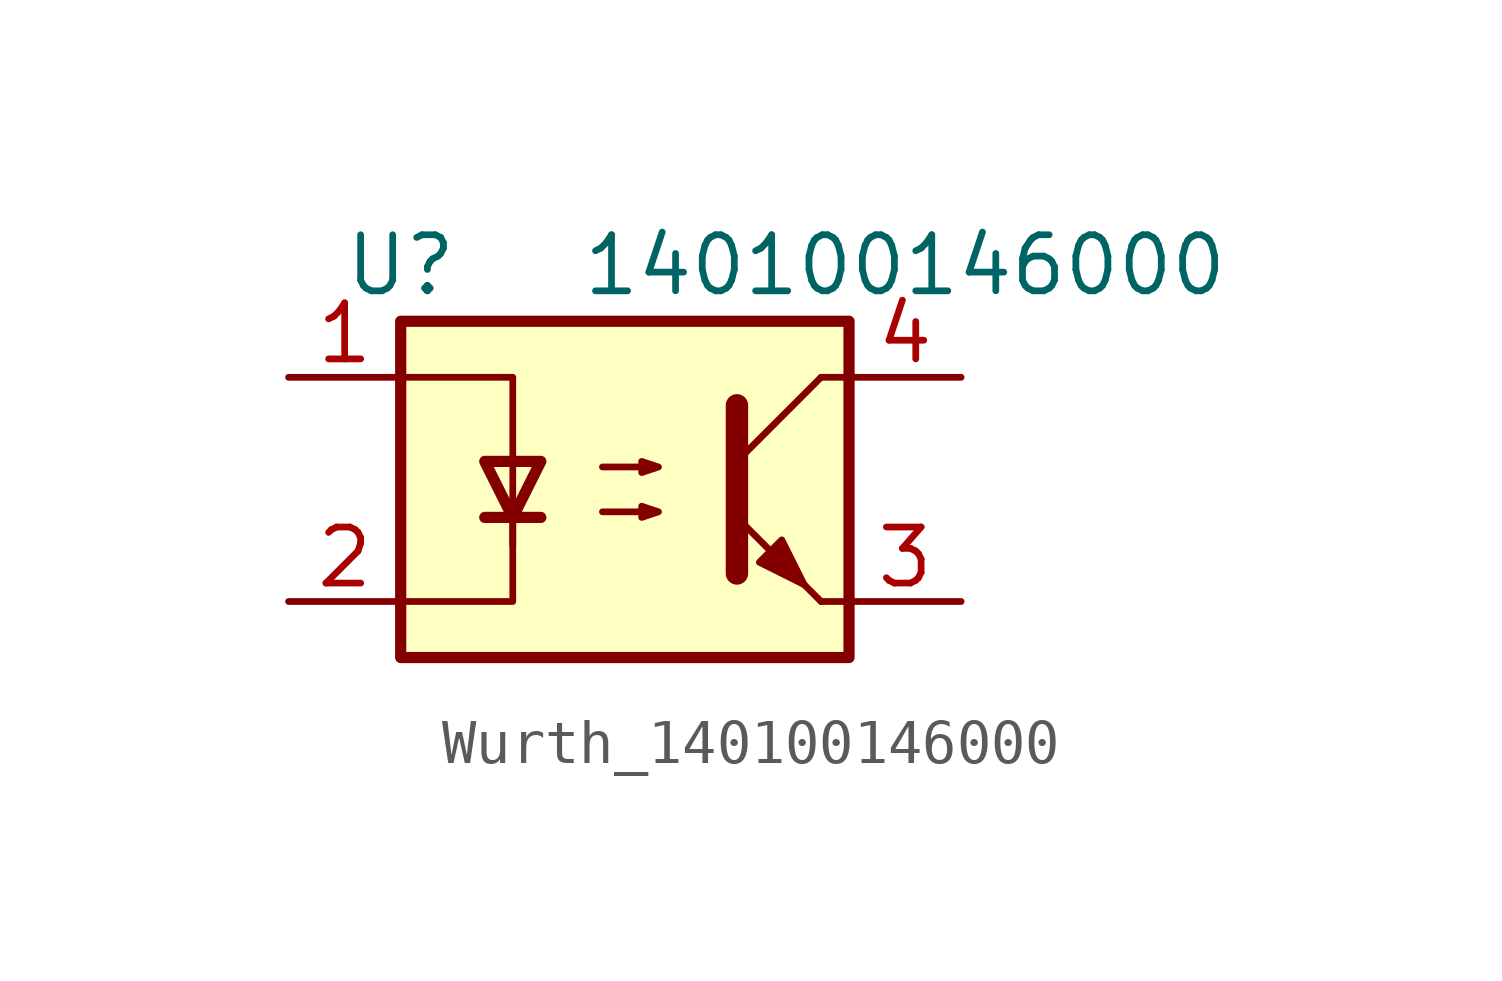
<source format=kicad_sym>
(kicad_symbol_lib
  (version 20220914)
  (generator kicad_symbol_editor)
  (symbol "Wurth_140100146000"
    (property "Reference" "U"
      (at -5.08 5.08 0)
      (effects (font (size 1.27 1.27))))
    (property "Value" "140100146000"
      (at 6.35 5.08 0)
      (effects (font (size 1.27 1.27))))
    (symbol "Wurth_140100146000_1_1"
      (rectangle (start -5.08 3.81) (end 5.08 -3.81) (stroke (width 0.254) (type default)) (fill (type background)))
      (polyline (pts (xy -3.175 -0.635) (xy -1.905 -0.635)) (stroke (width 0.254) (type default)) (fill (type none)))
      (polyline (pts (xy 2.54 0.635) (xy 4.445 2.54)) (stroke (width 0) (type default)) (fill (type none)))
      (polyline (pts (xy 4.445 -2.54) (xy 2.54 -0.635)) (stroke (width 0) (type default)) (fill (type outline)))
      (polyline (pts (xy 4.445 -2.54) (xy 5.08 -2.54)) (stroke (width 0) (type default)) (fill (type none)))
      (polyline (pts (xy 4.445 2.54) (xy 5.08 2.54)) (stroke (width 0) (type default)) (fill (type none)))
      (polyline (pts (xy -2.54 -0.635) (xy -2.54 -2.54) (xy -5.08 -2.54)) (stroke (width 0) (type default)) (fill (type none)))
      (polyline (pts (xy 2.54 1.905) (xy 2.54 -1.905) (xy 2.54 -1.905)) (stroke (width 0.508) (type default)) (fill (type none)))
      (polyline (pts (xy -5.08 2.54) (xy -2.54 2.54) (xy -2.54 -1.27) (xy -2.54 0.635)) (stroke (width 0) (type default)) (fill (type none)))
      (polyline (pts (xy -2.54 -0.635) (xy -3.175 0.635) (xy -1.905 0.635) (xy -2.54 -0.635)) (stroke (width 0.254) (type default)) (fill (type none)))
      (polyline (pts (xy -0.508 -0.508) (xy 0.762 -0.508) (xy 0.381 -0.635) (xy 0.381 -0.381) (xy 0.762 -0.508)) (stroke (width 0) (type default)) (fill (type none)))
      (polyline (pts (xy -0.508 0.508) (xy 0.762 0.508) (xy 0.381 0.381) (xy 0.381 0.635) (xy 0.762 0.508)) (stroke (width 0) (type default)) (fill (type none)))
      (polyline (pts (xy 3.048 -1.651) (xy 3.556 -1.143) (xy 4.064 -2.159) (xy 3.048 -1.651) (xy 3.048 -1.651)) (stroke (width 0) (type default)) (fill (type outline)))
      (pin passive line (at -7.62 2.54 0) (length 2.54) (name "~" (effects (font (size 1.27 1.27)))) (number "1" (effects (font (size 1.27 1.27)))))
      (pin passive line (at -7.62 -2.54 0) (length 2.54) (name "~" (effects (font (size 1.27 1.27)))) (number "2" (effects (font (size 1.27 1.27)))))
      (pin passive line (at 7.62 -2.54 180) (length 2.54) (name "~" (effects (font (size 1.27 1.27)))) (number "3" (effects (font (size 1.27 1.27)))))
      (pin passive line (at 7.62 2.54 180) (length 2.54) (name "~" (effects (font (size 1.27 1.27)))) (number "4" (effects (font (size 1.27 1.27))))))))
</source>
